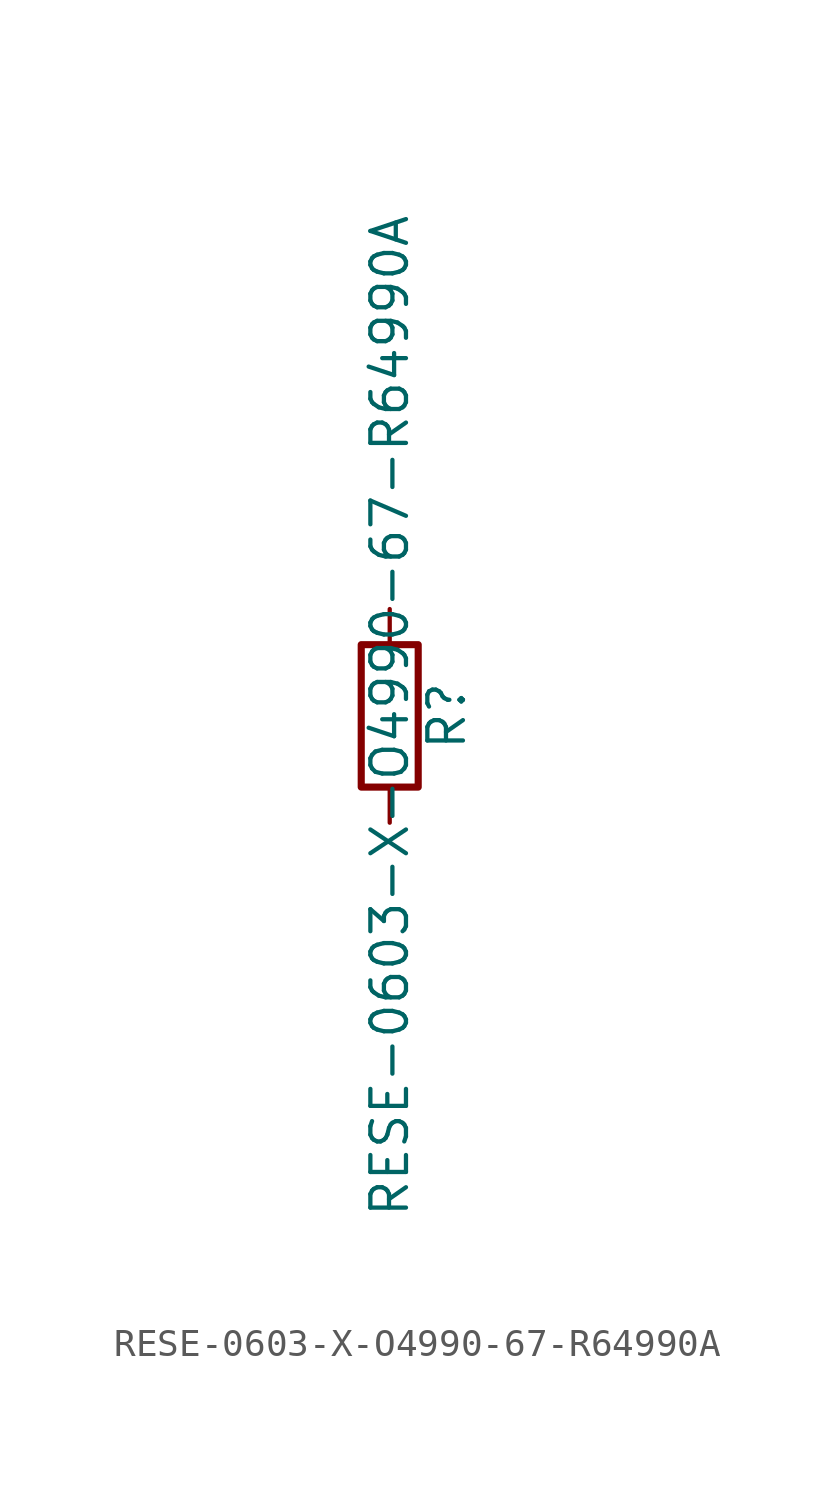
<source format=kicad_sym>
(kicad_symbol_lib
  (version 20211014)
  (generator kicad_symbol_editor)
  (symbol "RESE-0603-X-O4990-67-R64990A"
    (pin_numbers hide)
    (pin_names
      (offset 0))
    (property "Reference" "R"
      (at 2.032 0 90)
      (effects (font (size 1.27 1.27))))
    (property "Value" "RESE-0603-X-O4990-67-R64990A"
      (at 0 0 90)
      (effects (font (size 1.27 1.27))))
    (symbol "RESE-0603-X-O4990-67-R64990A_0_1"
      (rectangle (start -1.016 -2.54) (end 1.016 2.54) (stroke (width 0.254) (type default) (color 0 0 0 0)) (fill (type none))))
    (symbol "RESE-0603-X-O4990-67-R64990A_1_1"
      (pin passive line (at 0 3.81 270) (length 1.27) (name "~" (effects (font (size 1.27 1.27)))) (number "1" (effects (font (size 1.27 1.27)))))
      (pin passive line (at 0 -3.81 90) (length 1.27) (name "~" (effects (font (size 1.27 1.27)))) (number "2" (effects (font (size 1.27 1.27))))))))
</source>
